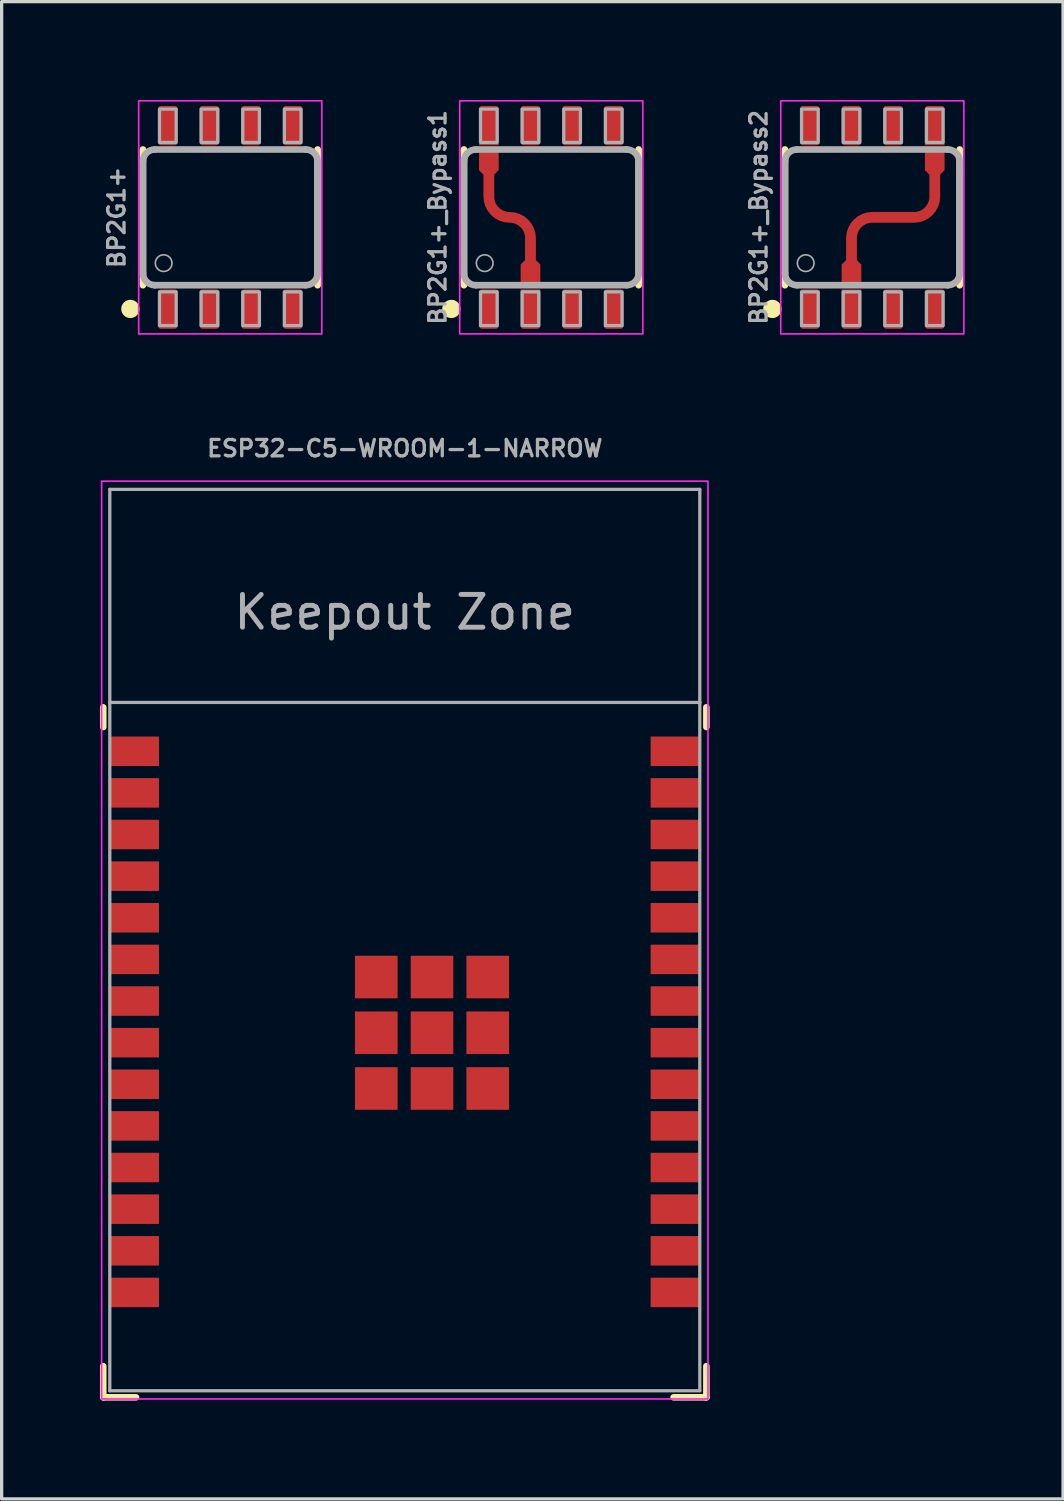
<source format=kicad_pcb>
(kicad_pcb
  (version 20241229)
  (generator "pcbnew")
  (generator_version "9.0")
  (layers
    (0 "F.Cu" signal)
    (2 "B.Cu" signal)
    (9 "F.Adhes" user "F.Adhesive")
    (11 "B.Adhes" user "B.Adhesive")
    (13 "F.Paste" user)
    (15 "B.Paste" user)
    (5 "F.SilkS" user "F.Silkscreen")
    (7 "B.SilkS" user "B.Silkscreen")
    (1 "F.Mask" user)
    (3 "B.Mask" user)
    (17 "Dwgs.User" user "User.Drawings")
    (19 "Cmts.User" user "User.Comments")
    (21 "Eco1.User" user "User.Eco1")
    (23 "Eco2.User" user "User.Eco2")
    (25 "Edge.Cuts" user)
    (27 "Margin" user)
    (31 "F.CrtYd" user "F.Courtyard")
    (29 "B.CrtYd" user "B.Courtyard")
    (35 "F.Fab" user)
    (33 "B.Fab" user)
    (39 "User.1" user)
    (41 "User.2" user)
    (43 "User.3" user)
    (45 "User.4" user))
  (footprint "BP2G1+"
    (layer "F.Cu")
    (at 3.975 3.581)
    (property "Reference" "BP2G1+" (at -3.175 0 90) (layer "F.Fab") (effects (font (size 0.5 0.5) (thickness 0.1) (bold yes)) (justify bottom)))
    (attr smd)
    (fp_line (start -2.665 2.07) (end -2.665 -2.07) (stroke (width 0.203) (type solid)) (layer "F.SilkS"))
    (fp_line (start 2.665 2.07) (end 2.665 -2.07) (stroke (width 0.203) (type solid)) (layer "F.SilkS"))
    (fp_circle (center -3.048 2.794) (end -2.794 2.794) (stroke (width 0.05) (type solid)) (fill yes) (layer "F.SilkS"))
    (fp_rect (start -2.794 -3.556) (end 2.794 3.556) (stroke (width 0.05) (type default)) (fill no) (layer "F.CrtYd"))
    (fp_line (start -2.665 1.705) (end -2.665 -1.705) (stroke (width 0.203) (type solid)) (layer "F.Fab"))
    (fp_line (start -2.3 2.07) (end 2.3 2.07) (stroke (width 0.203) (type solid)) (layer "F.Fab"))
    (fp_line (start 2.3 -2.07) (end -2.3 -2.07) (stroke (width 0.203) (type solid)) (layer "F.Fab"))
    (fp_line (start 2.665 1.705) (end 2.665 -1.705) (stroke (width 0.203) (type solid)) (layer "F.Fab"))
    (fp_arc (start -2.665 -1.705) (mid -2.558115 -1.963117) (end -2.299998 -2.07) (stroke (width 0.2032) (type solid)) (layer "F.Fab"))
    (fp_arc (start -2.299999 2.07) (mid -2.55815 1.96315) (end -2.665 1.705) (stroke (width 0.2032) (type solid)) (layer "F.Fab"))
    (fp_arc (start 2.3 -2.07) (mid 2.558123 -1.963121) (end 2.665 -1.704998) (stroke (width 0.2032) (type solid)) (layer "F.Fab"))
    (fp_arc (start 2.665 1.705) (mid 2.558094 1.963094) (end 2.3 2.07) (stroke (width 0.2032) (type solid)) (layer "F.Fab"))
    (fp_circle (center -2.032 1.397) (end -1.778 1.397) (stroke (width 0.05) (type solid)) (fill no) (layer "F.Fab"))
    (fp_poly (pts (xy -2.159 -2.286) (xy -1.651 -2.286) (xy -1.651 -3.302) (xy -2.159 -3.302)) (stroke (width 0.1) (type default)) (fill no) (layer "F.Fab"))
    (fp_poly (pts (xy -2.159 3.302) (xy -1.651 3.302) (xy -1.651 2.273) (xy -2.159 2.273)) (stroke (width 0.1) (type default)) (fill no) (layer "F.Fab"))
    (fp_poly (pts (xy -0.889 -2.286) (xy -0.381 -2.286) (xy -0.381 -3.302) (xy -0.889 -3.302)) (stroke (width 0.1) (type default)) (fill no) (layer "F.Fab"))
    (fp_poly (pts (xy -0.889 3.302) (xy -0.381 3.302) (xy -0.381 2.273) (xy -0.889 2.273)) (stroke (width 0.1) (type default)) (fill no) (layer "F.Fab"))
    (fp_poly (pts (xy 0.381 -2.286) (xy 0.889 -2.286) (xy 0.889 -3.302) (xy 0.381 -3.302)) (stroke (width 0.1) (type default)) (fill no) (layer "F.Fab"))
    (fp_poly (pts (xy 0.381 3.302) (xy 0.889 3.302) (xy 0.889 2.273) (xy 0.381 2.273)) (stroke (width 0.1) (type default)) (fill no) (layer "F.Fab"))
    (fp_poly (pts (xy 1.651 -2.286) (xy 2.159 -2.286) (xy 2.159 -3.302) (xy 1.651 -3.302)) (stroke (width 0.1) (type default)) (fill no) (layer "F.Fab"))
    (fp_poly (pts (xy 1.651 3.302) (xy 2.159 3.302) (xy 2.159 2.273) (xy 1.651 2.273)) (stroke (width 0.1) (type default)) (fill no) (layer "F.Fab"))
    (pad "1" smd roundrect (at -1.905 2.8) (size 0.6 1.2) (layers "F.Cu" "F.Mask" "F.Paste") (roundrect_rratio 0.15))
    (pad "2" smd roundrect (at -0.635 2.8) (size 0.6 1.2) (layers "F.Cu" "F.Mask" "F.Paste") (roundrect_rratio 0.15))
    (pad "3" smd roundrect (at 0.635 2.8) (size 0.6 1.2) (layers "F.Cu" "F.Mask" "F.Paste") (roundrect_rratio 0.15))
    (pad "4" smd roundrect (at 1.905 2.8) (size 0.6 1.2) (layers "F.Cu" "F.Mask" "F.Paste") (roundrect_rratio 0.15))
    (pad "5" smd roundrect (at 1.905 -2.8) (size 0.6 1.2) (layers "F.Cu" "F.Mask" "F.Paste") (roundrect_rratio 0.15))
    (pad "6" smd roundrect (at 0.635 -2.8) (size 0.6 1.2) (layers "F.Cu" "F.Mask" "F.Paste") (roundrect_rratio 0.15))
    (pad "7" smd roundrect (at -0.635 -2.8) (size 0.6 1.2) (layers "F.Cu" "F.Mask" "F.Paste") (roundrect_rratio 0.15))
    (pad "8" smd roundrect (at -1.905 -2.8) (size 0.6 1.2) (layers "F.Cu" "F.Mask" "F.Paste") (roundrect_rratio 0.15)))
  (footprint "ESP32-C5-WROOM-1-NARROW"
    (layer "F.Cu")
    (at 9.3 25.63)
    (property "Reference" "ESP32-C5-WROOM-1-NARROW" (at 0 -15 0) (unlocked yes) (layer "F.Fab") (effects (font (size 0.5 0.5) (thickness 0.1) (bold yes))))
    (attr smd)
    (fp_line (start -9.2 -7.1) (end -9.2 -6.5) (stroke (width 0.2) (type solid)) (layer "F.SilkS"))
    (fp_line (start -9.2 13.95) (end -9.2 13) (stroke (width 0.2) (type solid)) (layer "F.SilkS"))
    (fp_line (start -8.2 13.95) (end -9.2 13.95) (stroke (width 0.2) (type solid)) (layer "F.SilkS"))
    (fp_line (start 8.2 13.95) (end 9.2 13.95) (stroke (width 0.2) (type solid)) (layer "F.SilkS"))
    (fp_line (start 9.2 -7.1) (end 9.2 -6.5) (stroke (width 0.2) (type solid)) (layer "F.SilkS"))
    (fp_line (start 9.2 13.95) (end 9.2 13) (stroke (width 0.2) (type solid)) (layer "F.SilkS"))
    (fp_rect (start -9.25 -14) (end 9.25 14) (stroke (width 0.05) (type default)) (fill no) (layer "F.CrtYd"))
    (fp_line (start -9 -13.75) (end -9 -7.25) (stroke (width 0.1) (type solid)) (layer "F.Fab"))
    (fp_line (start -9 -7.25) (end -9 13.75) (stroke (width 0.1) (type solid)) (layer "F.Fab"))
    (fp_line (start -9 -7.25) (end 9 -7.25) (stroke (width 0.1) (type solid)) (layer "F.Fab"))
    (fp_line (start -9 13.75) (end 9 13.75) (stroke (width 0.1) (type solid)) (layer "F.Fab"))
    (fp_line (start 9 -13.75) (end -9 -13.75) (stroke (width 0.1) (type solid)) (layer "F.Fab"))
    (fp_line (start 9 -7.25) (end 9 -13.75) (stroke (width 0.1) (type solid)) (layer "F.Fab"))
    (fp_line (start 9 13.75) (end 9 -7.25) (stroke (width 0.1) (type solid)) (layer "F.Fab"))
    (fp_text user "Keepout Zone" (at 0 -10 0) (layer "F.Fab") (effects (font (size 1 1) (thickness 0.15))))
    (pad "1" smd rect (at -8.25 -5.76) (size 1.5 0.9) (layers "F.Cu" "F.Mask" "F.Paste"))
    (pad "2" smd rect (at -8.25 -4.49) (size 1.5 0.9) (layers "F.Cu" "F.Mask" "F.Paste"))
    (pad "3" smd rect (at -8.25 -3.22) (size 1.5 0.9) (layers "F.Cu" "F.Mask" "F.Paste"))
    (pad "4" smd rect (at -8.25 -1.95) (size 1.5 0.9) (layers "F.Cu" "F.Mask" "F.Paste"))
    (pad "5" smd rect (at -8.25 -0.68) (size 1.5 0.9) (layers "F.Cu" "F.Mask" "F.Paste"))
    (pad "6" smd rect (at -8.25 0.59) (size 1.5 0.9) (layers "F.Cu" "F.Mask" "F.Paste"))
    (pad "7" smd rect (at -8.25 1.86) (size 1.5 0.9) (layers "F.Cu" "F.Mask" "F.Paste"))
    (pad "8" smd rect (at -8.25 3.13) (size 1.5 0.9) (layers "F.Cu" "F.Mask" "F.Paste"))
    (pad "9" smd rect (at -8.25 4.4) (size 1.5 0.9) (layers "F.Cu" "F.Mask" "F.Paste"))
    (pad "10" smd rect (at -8.25 5.67) (size 1.5 0.9) (layers "F.Cu" "F.Mask" "F.Paste"))
    (pad "11" smd rect (at -8.25 6.94) (size 1.5 0.9) (layers "F.Cu" "F.Mask" "F.Paste"))
    (pad "12" smd rect (at -8.25 8.21) (size 1.5 0.9) (layers "F.Cu" "F.Mask" "F.Paste"))
    (pad "13" smd rect (at -8.25 9.48) (size 1.5 0.9) (layers "F.Cu" "F.Mask" "F.Paste"))
    (pad "14" smd rect (at -8.25 10.75) (size 1.5 0.9) (layers "F.Cu" "F.Mask" "F.Paste"))
    (pad "15" smd rect (at 8.25 10.75) (size 1.5 0.9) (layers "F.Cu" "F.Mask" "F.Paste"))
    (pad "16" smd rect (at 8.25 9.48) (size 1.5 0.9) (layers "F.Cu" "F.Mask" "F.Paste"))
    (pad "17" smd rect (at 8.25 8.21) (size 1.5 0.9) (layers "F.Cu" "F.Mask" "F.Paste"))
    (pad "18" smd rect (at 8.25 6.94) (size 1.5 0.9) (layers "F.Cu" "F.Mask" "F.Paste"))
    (pad "19" smd rect (at 8.25 5.67) (size 1.5 0.9) (layers "F.Cu" "F.Mask" "F.Paste"))
    (pad "20" smd rect (at 8.25 4.4) (size 1.5 0.9) (layers "F.Cu" "F.Mask" "F.Paste"))
    (pad "21" smd rect (at 8.25 3.13) (size 1.5 0.9) (layers "F.Cu" "F.Mask" "F.Paste"))
    (pad "22" smd rect (at 8.25 1.86) (size 1.5 0.9) (layers "F.Cu" "F.Mask" "F.Paste"))
    (pad "23" smd rect (at 8.25 0.59) (size 1.5 0.9) (layers "F.Cu" "F.Mask" "F.Paste"))
    (pad "24" smd rect (at 8.25 -0.68) (size 1.5 0.9) (layers "F.Cu" "F.Mask" "F.Paste"))
    (pad "25" smd rect (at 8.25 -1.95) (size 1.5 0.9) (layers "F.Cu" "F.Mask" "F.Paste"))
    (pad "26" smd rect (at 8.25 -3.22) (size 1.5 0.9) (layers "F.Cu" "F.Mask" "F.Paste"))
    (pad "27" smd rect (at 8.25 -4.49) (size 1.5 0.9) (layers "F.Cu" "F.Mask" "F.Paste"))
    (pad "28" smd rect (at 8.25 -5.76) (size 1.5 0.9) (layers "F.Cu" "F.Mask" "F.Paste"))
    (pad "EPAD" smd rect (at -0.87 1.128) (size 1.3 1.3) (layers "F.Cu" "F.Mask" "F.Paste"))
    (pad "EPAD" smd rect (at -0.87 2.828) (size 1.3 1.3) (layers "F.Cu" "F.Mask" "F.Paste"))
    (pad "EPAD" smd rect (at -0.87 4.528) (size 1.3 1.3) (layers "F.Cu" "F.Mask" "F.Paste"))
    (pad "EPAD" smd rect (at 0.83 1.128) (size 1.3 1.3) (layers "F.Cu" "F.Mask" "F.Paste"))
    (pad "EPAD" smd rect (at 0.83 2.828) (size 1.3 1.3) (layers "F.Cu" "F.Mask" "F.Paste"))
    (pad "EPAD" smd rect (at 0.83 4.528) (size 1.3 1.3) (layers "F.Cu" "F.Mask" "F.Paste"))
    (pad "EPAD" smd rect (at 2.53 1.128) (size 1.3 1.3) (layers "F.Cu" "F.Mask" "F.Paste"))
    (pad "EPAD" smd rect (at 2.53 2.828) (size 1.3 1.3) (layers "F.Cu" "F.Mask" "F.Paste"))
    (pad "EPAD" smd rect (at 2.53 4.528) (size 1.3 1.3) (layers "F.Cu" "F.Mask" "F.Paste"))
    (zone (net_name "") (layers "F.Cu" "B.Cu" "F.CrtYd") (hatch edge 0.5) (connect_pads) (min_thickness 0.25) (filled_areas_thickness no) (keepout (tracks not_allowed) (vias not_allowed) (pads not_allowed) (copperpour not_allowed) (footprints allowed)) (placement (enabled no)) (fill) (polygon (pts (xy 0.3 11.88) (xy 0.3 18.38) (xy 18.3 18.38) (xy 18.3 11.88)))))
  (footprint "BP2G1+_Bypass1"
    (layer "F.Cu")
    (at 13.769 3.581)
    (property "Reference" "BP2G1+_Bypass1" (at -3.175 0 90) (layer "F.Fab") (effects (font (size 0.5 0.5) (thickness 0.1) (bold yes)) (justify bottom)))
    (attr smd allow_soldermask_bridges)
    (fp_rect (start -1.575 -3.45) (end -2.235 -1.354) (stroke (width 0.1) (type solid)) (fill yes) (layer "F.Mask"))
    (fp_rect (start -0.965 1.362) (end -0.305 3.454) (stroke (width 0.1) (type solid)) (fill yes) (layer "F.Mask"))
    (fp_line (start -2.665 2.07) (end -2.665 -2.07) (stroke (width 0.203) (type solid)) (layer "F.SilkS"))
    (fp_line (start 2.665 2.07) (end 2.665 -2.07) (stroke (width 0.203) (type solid)) (layer "F.SilkS"))
    (fp_circle (center -3.048 2.794) (end -2.794 2.794) (stroke (width 0.05) (type solid)) (fill yes) (layer "F.SilkS"))
    (fp_poly (pts (xy -2.2 -2.4) (xy -1.6 -2.4) (xy -1.6 -3.4) (xy -2.2 -3.4)) (stroke (width 0) (type default)) (fill yes) (layer "F.Paste"))
    (fp_poly (pts (xy -0.935 3.4) (xy -0.335 3.4) (xy -0.335 2.4) (xy -0.935 2.4)) (stroke (width 0) (type default)) (fill yes) (layer "F.Paste"))
    (fp_rect (start -2.794 -3.556) (end 2.794 3.556) (stroke (width 0.05) (type default)) (fill no) (layer "F.CrtYd"))
    (fp_line (start -2.665 1.705) (end -2.665 -1.705) (stroke (width 0.203) (type solid)) (layer "F.Fab"))
    (fp_line (start -2.3 2.07) (end 2.3 2.07) (stroke (width 0.203) (type solid)) (layer "F.Fab"))
    (fp_line (start 2.3 -2.07) (end -2.3 -2.07) (stroke (width 0.203) (type solid)) (layer "F.Fab"))
    (fp_line (start 2.665 1.705) (end 2.665 -1.705) (stroke (width 0.203) (type solid)) (layer "F.Fab"))
    (fp_arc (start -2.665 -1.705) (mid -2.558115 -1.963117) (end -2.299998 -2.07) (stroke (width 0.2032) (type solid)) (layer "F.Fab"))
    (fp_arc (start -2.299999 2.07) (mid -2.55815 1.96315) (end -2.665 1.705) (stroke (width 0.2032) (type solid)) (layer "F.Fab"))
    (fp_arc (start 2.3 -2.07) (mid 2.558123 -1.963121) (end 2.665 -1.704998) (stroke (width 0.2032) (type solid)) (layer "F.Fab"))
    (fp_arc (start 2.665 1.705) (mid 2.558094 1.963094) (end 2.3 2.07) (stroke (width 0.2032) (type solid)) (layer "F.Fab"))
    (fp_circle (center -2.032 1.397) (end -1.778 1.397) (stroke (width 0.05) (type solid)) (fill no) (layer "F.Fab"))
    (fp_poly (pts (xy -2.159 -2.286) (xy -1.651 -2.286) (xy -1.651 -3.302) (xy -2.159 -3.302)) (stroke (width 0.1) (type default)) (fill no) (layer "F.Fab"))
    (fp_poly (pts (xy -2.159 3.302) (xy -1.651 3.302) (xy -1.651 2.273) (xy -2.159 2.273)) (stroke (width 0.1) (type default)) (fill no) (layer "F.Fab"))
    (fp_poly (pts (xy -0.889 -2.286) (xy -0.381 -2.286) (xy -0.381 -3.302) (xy -0.889 -3.302)) (stroke (width 0.1) (type default)) (fill no) (layer "F.Fab"))
    (fp_poly (pts (xy -0.889 3.302) (xy -0.381 3.302) (xy -0.381 2.273) (xy -0.889 2.273)) (stroke (width 0.1) (type default)) (fill no) (layer "F.Fab"))
    (fp_poly (pts (xy 0.381 -2.286) (xy 0.889 -2.286) (xy 0.889 -3.302) (xy 0.381 -3.302)) (stroke (width 0.1) (type default)) (fill no) (layer "F.Fab"))
    (fp_poly (pts (xy 0.381 3.302) (xy 0.889 3.302) (xy 0.889 2.273) (xy 0.381 2.273)) (stroke (width 0.1) (type default)) (fill no) (layer "F.Fab"))
    (fp_poly (pts (xy 1.651 -2.286) (xy 2.159 -2.286) (xy 2.159 -3.302) (xy 1.651 -3.302)) (stroke (width 0.1) (type default)) (fill no) (layer "F.Fab"))
    (fp_poly (pts (xy 1.651 3.302) (xy 2.159 3.302) (xy 2.159 2.273) (xy 1.651 2.273)) (stroke (width 0.1) (type default)) (fill no) (layer "F.Fab"))
    (pad "1" smd roundrect (at -1.905 2.8) (size 0.6 1.2) (layers "F.Cu" "F.Mask" "F.Paste") (roundrect_rratio 0.15))
    (pad "2" smd roundrect (at -0.635 2.8) (size 0.6 1.2) (layers "F.Cu") (roundrect_rratio 0.15) (chamfer_ratio 0) (chamfer top_left top_right))
    (pad "3" smd roundrect (at 0.635 2.8) (size 0.6 1.2) (layers "F.Cu" "F.Mask" "F.Paste") (roundrect_rratio 0.15))
    (pad "4" smd roundrect (at 1.905 2.8) (size 0.6 1.2) (layers "F.Cu" "F.Mask" "F.Paste") (roundrect_rratio 0.15))
    (pad "5" smd roundrect (at 1.905 -2.8) (size 0.6 1.2) (layers "F.Cu" "F.Mask" "F.Paste") (roundrect_rratio 0.15))
    (pad "6" smd roundrect (at 0.635 -2.8) (size 0.6 1.2) (layers "F.Cu" "F.Mask" "F.Paste") (roundrect_rratio 0.15))
    (pad "7" smd roundrect (at -0.635 -2.8) (size 0.6 1.2) (layers "F.Cu" "F.Mask" "F.Paste") (roundrect_rratio 0.15))
    (pad "8" smd roundrect (at -1.905 -2.8) (size 0.6 1.2) (layers "F.Cu") (roundrect_rratio 0.15) (chamfer_ratio 0) (chamfer bottom_left bottom_right))
    (pad "9" smd custom (at -0.635 1.74) (size 0.6 0.6) (layers "F.Cu") (options (anchor rect)) (primitives (gr_poly (pts (xy -0.3 -0.2) (xy 0.3 -0.2) (xy 0.3 -0.3) (xy 0.1 -0.5) (xy -0.1 -0.5) (xy -0.3 -0.3)) (width 0) (fill yes)) (gr_line (start 0 -0.33) (end 0 -1.105) (width 0.33)) (gr_arc (start -0.635 -1.74) (mid -0.185987 -1.554013) (end 0 -1.105) (width 0.33)) (gr_arc (start -0.635 -1.74) (mid -1.084013 -1.925987) (end -1.27 -2.375) (width 0.33)) (gr_line (start -1.27 -2.375) (end -1.27 -3.15) (width 0.33)) (gr_poly (pts (xy -0.97 -3.28) (xy -1.57 -3.28) (xy -1.57 -3.18) (xy -1.37 -2.98) (xy -1.17 -2.98) (xy -0.97 -3.18)) (width 0) (fill yes)) (gr_poly (pts (xy -1.57 -3.18) (xy -0.97 -3.18) (xy -0.97 -3.78) (xy -1.57 -3.78)) (width 0) (fill yes)))))
  (footprint "BP2G1+_Bypass2"
    (layer "F.Cu")
    (at 23.563 3.581)
    (property "Reference" "BP2G1+_Bypass2" (at -3.175 0 90) (layer "F.Fab") (effects (font (size 0.5 0.5) (thickness 0.1) (bold yes)) (justify bottom)))
    (attr smd allow_soldermask_bridges)
    (fp_rect (start -0.965 1.362) (end -0.305 3.454) (stroke (width 0.1) (type solid)) (fill yes) (layer "F.Mask"))
    (fp_rect (start 2.24 -3.45) (end 1.58 -1.354) (stroke (width 0.1) (type solid)) (fill yes) (layer "F.Mask"))
    (fp_line (start -2.665 2.07) (end -2.665 -2.07) (stroke (width 0.203) (type solid)) (layer "F.SilkS"))
    (fp_line (start 2.665 2.07) (end 2.665 -2.07) (stroke (width 0.203) (type solid)) (layer "F.SilkS"))
    (fp_circle (center -3.048 2.794) (end -2.794 2.794) (stroke (width 0.05) (type solid)) (fill yes) (layer "F.SilkS"))
    (fp_poly (pts (xy -0.935 3.4) (xy -0.335 3.4) (xy -0.335 2.4) (xy -0.935 2.4)) (stroke (width 0) (type default)) (fill yes) (layer "F.Paste"))
    (fp_poly (pts (xy 1.605 -2.4) (xy 2.205 -2.4) (xy 2.205 -3.4) (xy 1.605 -3.4)) (stroke (width 0) (type default)) (fill yes) (layer "F.Paste"))
    (fp_rect (start -2.794 -3.556) (end 2.794 3.556) (stroke (width 0.05) (type default)) (fill no) (layer "F.CrtYd"))
    (fp_line (start -2.665 1.705) (end -2.665 -1.705) (stroke (width 0.203) (type solid)) (layer "F.Fab"))
    (fp_line (start -2.3 2.07) (end 2.3 2.07) (stroke (width 0.203) (type solid)) (layer "F.Fab"))
    (fp_line (start 2.3 -2.07) (end -2.3 -2.07) (stroke (width 0.203) (type solid)) (layer "F.Fab"))
    (fp_line (start 2.665 1.705) (end 2.665 -1.705) (stroke (width 0.203) (type solid)) (layer "F.Fab"))
    (fp_arc (start -2.665 -1.705) (mid -2.558115 -1.963117) (end -2.299998 -2.07) (stroke (width 0.2032) (type solid)) (layer "F.Fab"))
    (fp_arc (start -2.299999 2.07) (mid -2.55815 1.96315) (end -2.665 1.705) (stroke (width 0.2032) (type solid)) (layer "F.Fab"))
    (fp_arc (start 2.3 -2.07) (mid 2.558123 -1.963121) (end 2.665 -1.704998) (stroke (width 0.2032) (type solid)) (layer "F.Fab"))
    (fp_arc (start 2.665 1.705) (mid 2.558094 1.963094) (end 2.3 2.07) (stroke (width 0.2032) (type solid)) (layer "F.Fab"))
    (fp_circle (center -2.032 1.397) (end -1.778 1.397) (stroke (width 0.05) (type solid)) (fill no) (layer "F.Fab"))
    (fp_poly (pts (xy -2.159 -2.286) (xy -1.651 -2.286) (xy -1.651 -3.302) (xy -2.159 -3.302)) (stroke (width 0.1) (type default)) (fill no) (layer "F.Fab"))
    (fp_poly (pts (xy -2.159 3.302) (xy -1.651 3.302) (xy -1.651 2.273) (xy -2.159 2.273)) (stroke (width 0.1) (type default)) (fill no) (layer "F.Fab"))
    (fp_poly (pts (xy -0.889 -2.286) (xy -0.381 -2.286) (xy -0.381 -3.302) (xy -0.889 -3.302)) (stroke (width 0.1) (type default)) (fill no) (layer "F.Fab"))
    (fp_poly (pts (xy -0.889 3.302) (xy -0.381 3.302) (xy -0.381 2.273) (xy -0.889 2.273)) (stroke (width 0.1) (type default)) (fill no) (layer "F.Fab"))
    (fp_poly (pts (xy 0.381 -2.286) (xy 0.889 -2.286) (xy 0.889 -3.302) (xy 0.381 -3.302)) (stroke (width 0.1) (type default)) (fill no) (layer "F.Fab"))
    (fp_poly (pts (xy 0.381 3.302) (xy 0.889 3.302) (xy 0.889 2.273) (xy 0.381 2.273)) (stroke (width 0.1) (type default)) (fill no) (layer "F.Fab"))
    (fp_poly (pts (xy 1.651 -2.286) (xy 2.159 -2.286) (xy 2.159 -3.302) (xy 1.651 -3.302)) (stroke (width 0.1) (type default)) (fill no) (layer "F.Fab"))
    (fp_poly (pts (xy 1.651 3.302) (xy 2.159 3.302) (xy 2.159 2.273) (xy 1.651 2.273)) (stroke (width 0.1) (type default)) (fill no) (layer "F.Fab"))
    (pad "1" smd roundrect (at -1.905 2.8) (size 0.6 1.2) (layers "F.Cu" "F.Mask" "F.Paste") (roundrect_rratio 0.15))
    (pad "2" smd roundrect (at -0.635 2.8) (size 0.6 1.2) (layers "F.Cu") (roundrect_rratio 0.15) (chamfer_ratio 0) (chamfer top_left top_right))
    (pad "3" smd roundrect (at 0.635 2.8) (size 0.6 1.2) (layers "F.Cu" "F.Mask" "F.Paste") (roundrect_rratio 0.15))
    (pad "4" smd roundrect (at 1.905 2.8) (size 0.6 1.2) (layers "F.Cu" "F.Mask" "F.Paste") (roundrect_rratio 0.15))
    (pad "5" smd roundrect (at 1.905 -2.8) (size 0.6 1.2) (layers "F.Cu") (roundrect_rratio 0.15) (chamfer_ratio 0) (chamfer bottom_left bottom_right))
    (pad "6" smd roundrect (at 0.635 -2.8) (size 0.6 1.2) (layers "F.Cu" "F.Mask" "F.Paste") (roundrect_rratio 0.15))
    (pad "7" smd roundrect (at -0.635 -2.8) (size 0.6 1.2) (layers "F.Cu" "F.Mask" "F.Paste") (roundrect_rratio 0.15))
    (pad "8" smd roundrect (at -1.905 -2.8) (size 0.6 1.2) (layers "F.Cu" "F.Mask" "F.Paste") (roundrect_rratio 0.15))
    (pad "9" smd custom (at -0.635 1.74) (size 0.6 0.6) (layers "F.Cu") (options (anchor rect)) (primitives (gr_poly (pts (xy -0.3 -0.2) (xy 0.3 -0.2) (xy 0.3 -0.3) (xy 0.1 -0.5) (xy -0.1 -0.5) (xy -0.3 -0.3)) (width 0) (fill yes)) (gr_line (start 0 -0.33) (end 0 -1.105) (width 0.33)) (gr_arc (start 0 -1.105) (mid 0.185987 -1.554013) (end 0.635 -1.74) (width 0.33)) (gr_arc (start 2.54 -2.375) (mid 2.354013 -1.925987) (end 1.905 -1.74) (width 0.33)) (gr_line (start 2.54 -2.375) (end 2.54 -3.15) (width 0.33)) (gr_poly (pts (xy 2.84 -3.28) (xy 2.24 -3.28) (xy 2.24 -3.18) (xy 2.44 -2.98) (xy 2.64 -2.98) (xy 2.84 -3.18)) (width 0) (fill yes)) (gr_poly (pts (xy 2.24 -3.18) (xy 2.84 -3.18) (xy 2.84 -3.78) (xy 2.24 -3.78)) (width 0) (fill yes)) (gr_line (start 0.635 -1.74) (end 1.905 -1.74) (width 0.33)))))
  (gr_rect
    (start -3 -3)
    (end 29.382 42.68)
    (stroke (width 0.1) (type default))
    (fill no)
    (layer "Edge.Cuts")))
</source>
